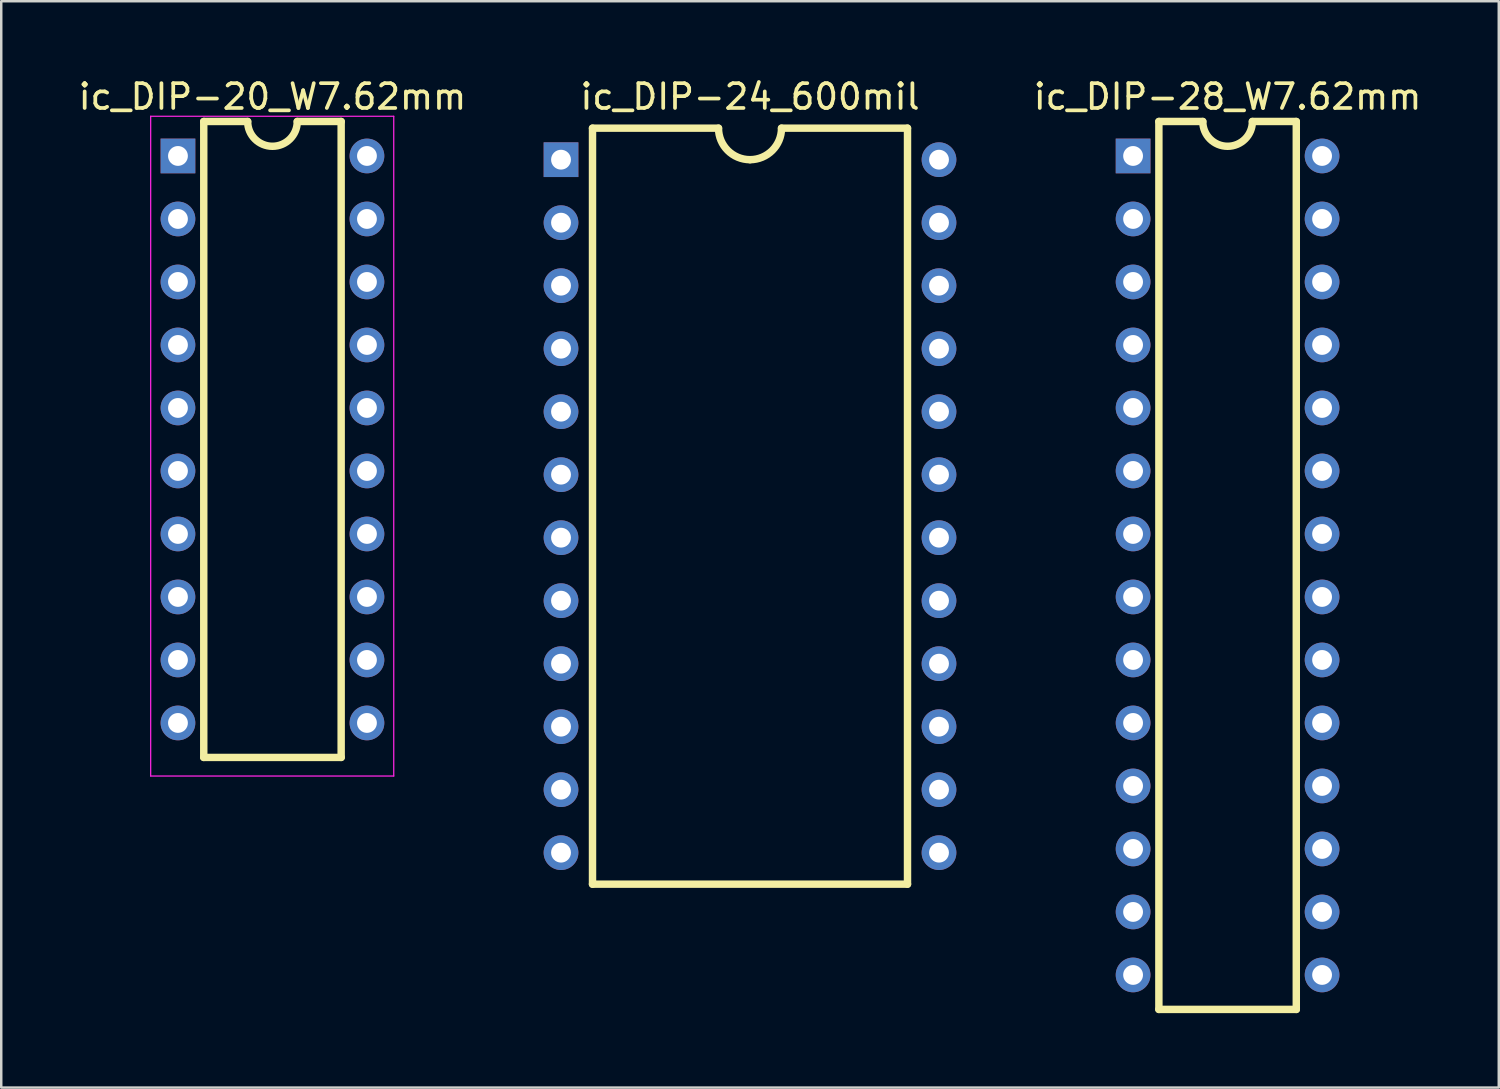
<source format=kicad_pcb>
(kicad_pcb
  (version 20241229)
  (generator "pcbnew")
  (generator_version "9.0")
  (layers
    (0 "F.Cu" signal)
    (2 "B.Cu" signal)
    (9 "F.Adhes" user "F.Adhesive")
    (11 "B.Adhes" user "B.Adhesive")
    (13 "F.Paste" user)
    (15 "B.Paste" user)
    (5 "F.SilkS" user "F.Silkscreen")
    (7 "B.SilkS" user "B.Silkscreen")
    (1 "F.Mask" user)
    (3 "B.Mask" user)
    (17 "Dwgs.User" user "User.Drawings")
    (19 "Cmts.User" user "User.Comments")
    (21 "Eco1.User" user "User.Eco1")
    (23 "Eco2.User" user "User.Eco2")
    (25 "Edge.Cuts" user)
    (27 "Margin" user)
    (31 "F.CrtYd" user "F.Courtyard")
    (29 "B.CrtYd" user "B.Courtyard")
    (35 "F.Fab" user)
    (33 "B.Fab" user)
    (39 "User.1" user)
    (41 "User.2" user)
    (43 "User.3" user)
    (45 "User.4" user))
  (footprint "ic_DIP-20_W7.62mm"
    (layer "F.Cu")
    (at 4.125 3.238)
    (property "Reference" "ic_DIP-20_W7.62mm" (at 3.81 -2.39 0) (layer "F.SilkS") (effects (font (size 1 1) (thickness 0.15))))
    (attr through_hole)
    (fp_line (start 1.04 -1.39) (end 1.04 24.25) (stroke (width 0.3) (type solid)) (layer "F.SilkS"))
    (fp_line (start 1.04 24.25) (end 6.58 24.25) (stroke (width 0.3) (type solid)) (layer "F.SilkS"))
    (fp_line (start 2.81 -1.39) (end 1.04 -1.39) (stroke (width 0.3) (type solid)) (layer "F.SilkS"))
    (fp_line (start 6.58 -1.39) (end 4.81 -1.39) (stroke (width 0.3) (type solid)) (layer "F.SilkS"))
    (fp_line (start 6.58 24.25) (end 6.58 -1.39) (stroke (width 0.3) (type solid)) (layer "F.SilkS"))
    (fp_arc (start 4.81 -1.39) (mid 3.81 -0.39) (end 2.81 -1.39) (stroke (width 0.3) (type solid)) (layer "F.SilkS"))
    (fp_line (start -1.1 -1.6) (end -1.1 25) (stroke (width 0.05) (type solid)) (layer "F.CrtYd"))
    (fp_line (start -1.1 25) (end 8.7 25) (stroke (width 0.05) (type solid)) (layer "F.CrtYd"))
    (fp_line (start 8.7 -1.6) (end -1.1 -1.6) (stroke (width 0.05) (type solid)) (layer "F.CrtYd"))
    (fp_line (start 8.7 25) (end 8.7 -1.6) (stroke (width 0.05) (type solid)) (layer "F.CrtYd"))
    (pad "1" thru_hole rect (at 0 0) (size 1.4 1.4) (drill 0.8) (layers "*.Cu" "*.Mask"))
    (pad "2" thru_hole oval (at 0 2.54) (size 1.4 1.4) (drill 0.8) (layers "*.Cu" "*.Mask"))
    (pad "3" thru_hole oval (at 0 5.08) (size 1.4 1.4) (drill 0.8) (layers "*.Cu" "*.Mask"))
    (pad "4" thru_hole oval (at 0 7.62) (size 1.4 1.4) (drill 0.8) (layers "*.Cu" "*.Mask"))
    (pad "5" thru_hole oval (at 0 10.16) (size 1.4 1.4) (drill 0.8) (layers "*.Cu" "*.Mask"))
    (pad "6" thru_hole oval (at 0 12.7) (size 1.4 1.4) (drill 0.8) (layers "*.Cu" "*.Mask"))
    (pad "7" thru_hole oval (at 0 15.24) (size 1.4 1.4) (drill 0.8) (layers "*.Cu" "*.Mask"))
    (pad "8" thru_hole oval (at 0 17.78) (size 1.4 1.4) (drill 0.8) (layers "*.Cu" "*.Mask"))
    (pad "9" thru_hole oval (at 0 20.32) (size 1.4 1.4) (drill 0.8) (layers "*.Cu" "*.Mask"))
    (pad "10" thru_hole oval (at 0 22.86) (size 1.4 1.4) (drill 0.8) (layers "*.Cu" "*.Mask"))
    (pad "11" thru_hole oval (at 7.62 22.86) (size 1.4 1.4) (drill 0.8) (layers "*.Cu" "*.Mask"))
    (pad "12" thru_hole oval (at 7.62 20.32) (size 1.4 1.4) (drill 0.8) (layers "*.Cu" "*.Mask"))
    (pad "13" thru_hole oval (at 7.62 17.78) (size 1.4 1.4) (drill 0.8) (layers "*.Cu" "*.Mask"))
    (pad "14" thru_hole oval (at 7.62 15.24) (size 1.4 1.4) (drill 0.8) (layers "*.Cu" "*.Mask"))
    (pad "15" thru_hole oval (at 7.62 12.7) (size 1.4 1.4) (drill 0.8) (layers "*.Cu" "*.Mask"))
    (pad "16" thru_hole oval (at 7.62 10.16) (size 1.4 1.4) (drill 0.8) (layers "*.Cu" "*.Mask"))
    (pad "17" thru_hole oval (at 7.62 7.62) (size 1.4 1.4) (drill 0.8) (layers "*.Cu" "*.Mask"))
    (pad "18" thru_hole oval (at 7.62 5.08) (size 1.4 1.4) (drill 0.8) (layers "*.Cu" "*.Mask"))
    (pad "19" thru_hole oval (at 7.62 2.54) (size 1.4 1.4) (drill 0.8) (layers "*.Cu" "*.Mask"))
    (pad "20" thru_hole oval (at 7.62 0) (size 1.4 1.4) (drill 0.8) (layers "*.Cu" "*.Mask")))
  (footprint "ic_DIP-24_600mil"
    (layer "F.Cu")
    (at 27.189 17.358)
    (property "Reference" "ic_DIP-24_600mil" (at 0 -16.51 0) (layer "F.SilkS") (effects (font (size 1 1) (thickness 0.15))))
    (attr through_hole)
    (fp_line (start -6.35 -15.24) (end -6.35 15.24) (stroke (width 0.3) (type solid)) (layer "F.SilkS"))
    (fp_line (start -6.35 15.24) (end 6.35 15.24) (stroke (width 0.3) (type solid)) (layer "F.SilkS"))
    (fp_line (start -1.27 -15.24) (end -6.35 -15.24) (stroke (width 0.3) (type solid)) (layer "F.SilkS"))
    (fp_line (start 6.35 -15.24) (end 1.27 -15.24) (stroke (width 0.3) (type solid)) (layer "F.SilkS"))
    (fp_line (start 6.35 15.24) (end 6.35 -15.24) (stroke (width 0.3) (type solid)) (layer "F.SilkS"))
    (fp_arc (start 0 -13.97) (mid -0.898026 -14.341974) (end -1.27 -15.24) (stroke (width 0.3) (type solid)) (layer "F.SilkS"))
    (fp_arc (start 1.27 -15.24) (mid 0.898026 -14.341974) (end 0 -13.97) (stroke (width 0.3) (type solid)) (layer "F.SilkS"))
    (pad "1" thru_hole rect (at -7.62 -13.97) (size 1.4 1.4) (drill 0.8) (layers "*.Cu" "*.Mask"))
    (pad "2" thru_hole circle (at -7.62 -11.43) (size 1.4 1.4) (drill 0.8) (layers "*.Cu" "*.Mask"))
    (pad "3" thru_hole circle (at -7.62 -8.89) (size 1.4 1.4) (drill 0.8) (layers "*.Cu" "*.Mask"))
    (pad "4" thru_hole circle (at -7.62 -6.35) (size 1.4 1.4) (drill 0.8) (layers "*.Cu" "*.Mask"))
    (pad "5" thru_hole circle (at -7.62 -3.81) (size 1.4 1.4) (drill 0.8) (layers "*.Cu" "*.Mask"))
    (pad "6" thru_hole circle (at -7.62 -1.27) (size 1.4 1.4) (drill 0.8) (layers "*.Cu" "*.Mask"))
    (pad "7" thru_hole circle (at -7.62 1.27) (size 1.4 1.4) (drill 0.8) (layers "*.Cu" "*.Mask"))
    (pad "8" thru_hole circle (at -7.62 3.81) (size 1.4 1.4) (drill 0.8) (layers "*.Cu" "*.Mask"))
    (pad "9" thru_hole circle (at -7.62 6.35) (size 1.4 1.4) (drill 0.8) (layers "*.Cu" "*.Mask"))
    (pad "10" thru_hole circle (at -7.62 8.89) (size 1.4 1.4) (drill 0.8) (layers "*.Cu" "*.Mask"))
    (pad "11" thru_hole circle (at -7.62 11.43) (size 1.4 1.4) (drill 0.8) (layers "*.Cu" "*.Mask"))
    (pad "12" thru_hole circle (at -7.62 13.97) (size 1.4 1.4) (drill 0.8) (layers "*.Cu" "*.Mask"))
    (pad "13" thru_hole circle (at 7.62 13.97) (size 1.4 1.4) (drill 0.8) (layers "*.Cu" "*.Mask"))
    (pad "14" thru_hole circle (at 7.62 11.43) (size 1.4 1.4) (drill 0.8) (layers "*.Cu" "*.Mask"))
    (pad "15" thru_hole circle (at 7.62 8.89) (size 1.4 1.4) (drill 0.8) (layers "*.Cu" "*.Mask"))
    (pad "16" thru_hole circle (at 7.62 6.35) (size 1.4 1.4) (drill 0.8) (layers "*.Cu" "*.Mask"))
    (pad "17" thru_hole circle (at 7.62 3.81) (size 1.4 1.4) (drill 0.8) (layers "*.Cu" "*.Mask"))
    (pad "18" thru_hole circle (at 7.62 1.27) (size 1.4 1.4) (drill 0.8) (layers "*.Cu" "*.Mask"))
    (pad "19" thru_hole circle (at 7.62 -1.27) (size 1.4 1.4) (drill 0.8) (layers "*.Cu" "*.Mask"))
    (pad "20" thru_hole circle (at 7.62 -3.81) (size 1.4 1.4) (drill 0.8) (layers "*.Cu" "*.Mask"))
    (pad "21" thru_hole circle (at 7.62 -6.35) (size 1.4 1.4) (drill 0.8) (layers "*.Cu" "*.Mask"))
    (pad "22" thru_hole circle (at 7.62 -8.89) (size 1.4 1.4) (drill 0.8) (layers "*.Cu" "*.Mask"))
    (pad "23" thru_hole circle (at 7.62 -11.43) (size 1.4 1.4) (drill 0.8) (layers "*.Cu" "*.Mask"))
    (pad "24" thru_hole circle (at 7.62 -13.97) (size 1.4 1.4) (drill 0.8) (layers "*.Cu" "*.Mask")))
  (footprint "ic_DIP-28_W7.62mm"
    (layer "F.Cu")
    (at 42.634 3.238)
    (property "Reference" "ic_DIP-28_W7.62mm" (at 3.81 -2.39 0) (layer "F.SilkS") (effects (font (size 1 1) (thickness 0.15))))
    (attr through_hole)
    (fp_line (start 1.04 -1.39) (end 1.04 34.41) (stroke (width 0.3) (type solid)) (layer "F.SilkS"))
    (fp_line (start 1.04 34.41) (end 6.58 34.41) (stroke (width 0.3) (type solid)) (layer "F.SilkS"))
    (fp_line (start 2.81 -1.39) (end 1.04 -1.39) (stroke (width 0.3) (type solid)) (layer "F.SilkS"))
    (fp_line (start 6.58 -1.39) (end 4.81 -1.39) (stroke (width 0.3) (type solid)) (layer "F.SilkS"))
    (fp_line (start 6.58 34.41) (end 6.58 -1.39) (stroke (width 0.3) (type solid)) (layer "F.SilkS"))
    (fp_arc (start 4.81 -1.39) (mid 3.81 -0.39) (end 2.81 -1.39) (stroke (width 0.3) (type solid)) (layer "F.SilkS"))
    (pad "1" thru_hole rect (at 0 0) (size 1.4 1.4) (drill 0.8) (layers "*.Cu" "*.Mask"))
    (pad "2" thru_hole oval (at 0 2.54) (size 1.4 1.4) (drill 0.8) (layers "*.Cu" "*.Mask"))
    (pad "3" thru_hole oval (at 0 5.08) (size 1.4 1.4) (drill 0.8) (layers "*.Cu" "*.Mask"))
    (pad "4" thru_hole oval (at 0 7.62) (size 1.4 1.4) (drill 0.8) (layers "*.Cu" "*.Mask"))
    (pad "5" thru_hole oval (at 0 10.16) (size 1.4 1.4) (drill 0.8) (layers "*.Cu" "*.Mask"))
    (pad "6" thru_hole oval (at 0 12.7) (size 1.4 1.4) (drill 0.8) (layers "*.Cu" "*.Mask"))
    (pad "7" thru_hole oval (at 0 15.24) (size 1.4 1.4) (drill 0.8) (layers "*.Cu" "*.Mask"))
    (pad "8" thru_hole oval (at 0 17.78) (size 1.4 1.4) (drill 0.8) (layers "*.Cu" "*.Mask"))
    (pad "9" thru_hole oval (at 0 20.32) (size 1.4 1.4) (drill 0.8) (layers "*.Cu" "*.Mask"))
    (pad "10" thru_hole oval (at 0 22.86) (size 1.4 1.4) (drill 0.8) (layers "*.Cu" "*.Mask"))
    (pad "11" thru_hole oval (at 0 25.4) (size 1.4 1.4) (drill 0.8) (layers "*.Cu" "*.Mask"))
    (pad "12" thru_hole oval (at 0 27.94) (size 1.4 1.4) (drill 0.8) (layers "*.Cu" "*.Mask"))
    (pad "13" thru_hole oval (at 0 30.48) (size 1.4 1.4) (drill 0.8) (layers "*.Cu" "*.Mask"))
    (pad "14" thru_hole oval (at 0 33.02) (size 1.4 1.4) (drill 0.8) (layers "*.Cu" "*.Mask"))
    (pad "15" thru_hole oval (at 7.62 33.02) (size 1.4 1.4) (drill 0.8) (layers "*.Cu" "*.Mask"))
    (pad "16" thru_hole oval (at 7.62 30.48) (size 1.4 1.4) (drill 0.8) (layers "*.Cu" "*.Mask"))
    (pad "17" thru_hole oval (at 7.62 27.94) (size 1.4 1.4) (drill 0.8) (layers "*.Cu" "*.Mask"))
    (pad "18" thru_hole oval (at 7.62 25.4) (size 1.4 1.4) (drill 0.8) (layers "*.Cu" "*.Mask"))
    (pad "19" thru_hole oval (at 7.62 22.86) (size 1.4 1.4) (drill 0.8) (layers "*.Cu" "*.Mask"))
    (pad "20" thru_hole oval (at 7.62 20.32) (size 1.4 1.4) (drill 0.8) (layers "*.Cu" "*.Mask"))
    (pad "21" thru_hole oval (at 7.62 17.78) (size 1.4 1.4) (drill 0.8) (layers "*.Cu" "*.Mask"))
    (pad "22" thru_hole oval (at 7.62 15.24) (size 1.4 1.4) (drill 0.8) (layers "*.Cu" "*.Mask"))
    (pad "23" thru_hole oval (at 7.62 12.7) (size 1.4 1.4) (drill 0.8) (layers "*.Cu" "*.Mask"))
    (pad "24" thru_hole oval (at 7.62 10.16) (size 1.4 1.4) (drill 0.8) (layers "*.Cu" "*.Mask"))
    (pad "25" thru_hole oval (at 7.62 7.62) (size 1.4 1.4) (drill 0.8) (layers "*.Cu" "*.Mask"))
    (pad "26" thru_hole oval (at 7.62 5.08) (size 1.4 1.4) (drill 0.8) (layers "*.Cu" "*.Mask"))
    (pad "27" thru_hole oval (at 7.62 2.54) (size 1.4 1.4) (drill 0.8) (layers "*.Cu" "*.Mask"))
    (pad "28" thru_hole oval (at 7.62 0) (size 1.4 1.4) (drill 0.8) (layers "*.Cu" "*.Mask")))
  (gr_rect
    (start -3 -3)
    (end 57.378 40.798)
    (stroke (width 0.1) (type default))
    (fill no)
    (layer "Edge.Cuts")))
</source>
